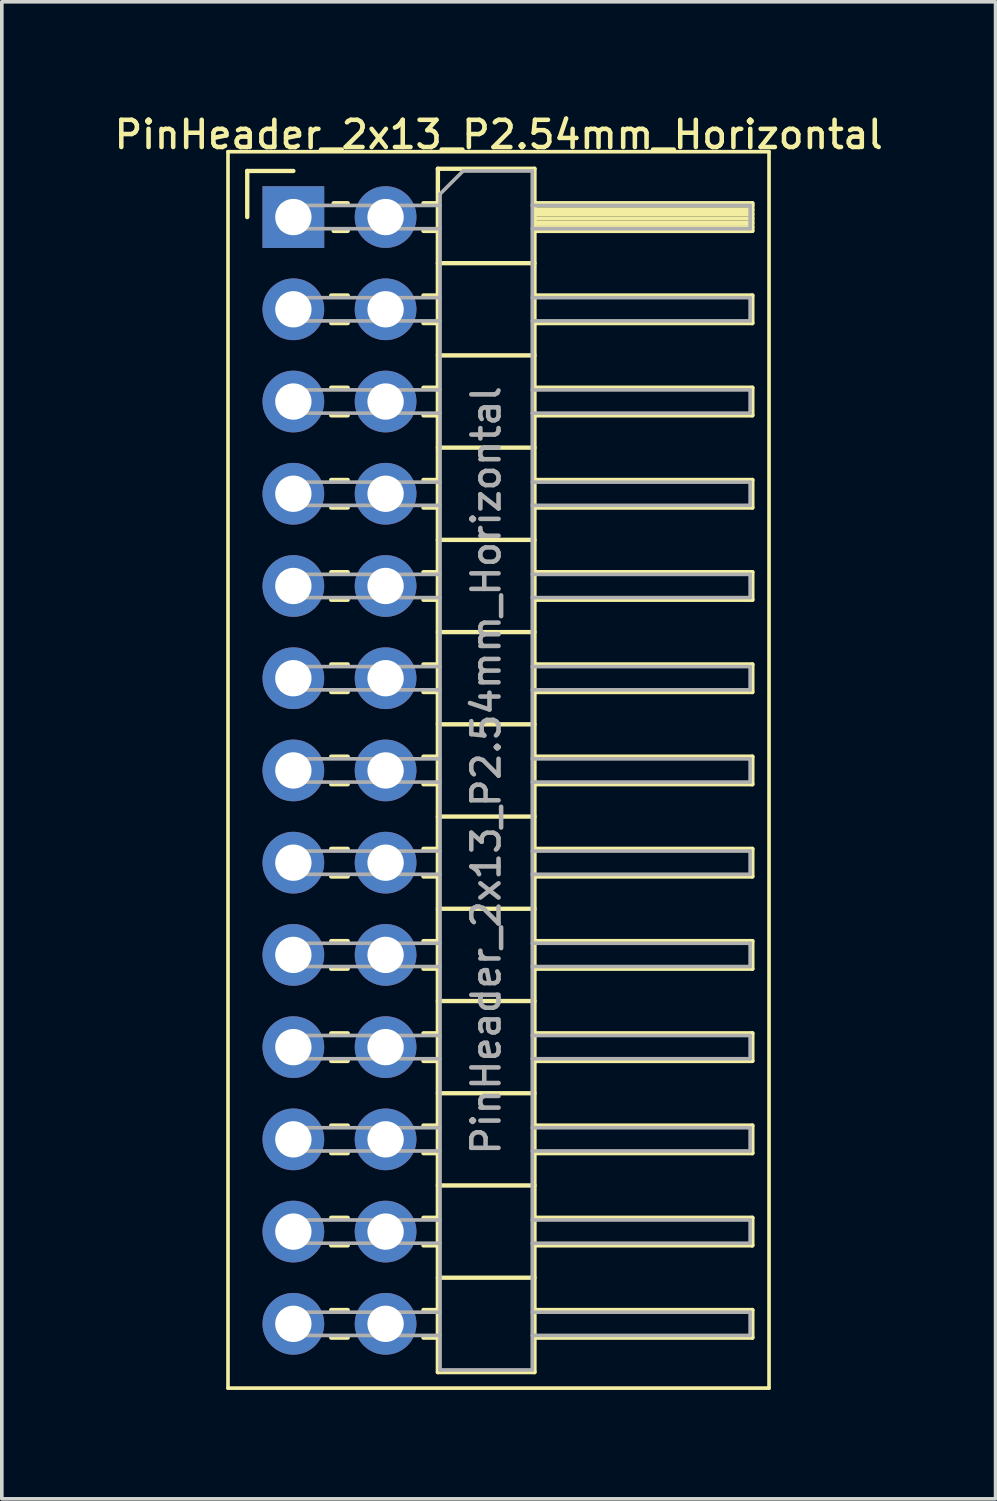
<source format=kicad_pcb>
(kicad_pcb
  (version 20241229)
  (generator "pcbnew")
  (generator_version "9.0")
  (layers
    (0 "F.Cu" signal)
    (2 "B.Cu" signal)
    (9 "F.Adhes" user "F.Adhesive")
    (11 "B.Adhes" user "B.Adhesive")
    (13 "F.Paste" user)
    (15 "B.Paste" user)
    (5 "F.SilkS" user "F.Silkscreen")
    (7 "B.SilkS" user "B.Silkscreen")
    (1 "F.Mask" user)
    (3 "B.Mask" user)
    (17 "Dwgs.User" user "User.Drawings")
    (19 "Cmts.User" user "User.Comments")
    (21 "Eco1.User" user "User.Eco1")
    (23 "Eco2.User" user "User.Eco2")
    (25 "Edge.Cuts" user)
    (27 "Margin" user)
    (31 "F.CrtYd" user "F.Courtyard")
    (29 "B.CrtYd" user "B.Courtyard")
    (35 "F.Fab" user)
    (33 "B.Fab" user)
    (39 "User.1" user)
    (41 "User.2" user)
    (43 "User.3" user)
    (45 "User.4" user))
  (footprint "PinHeader_2x13_P2.54mm_Horizontal"
    (layer "F.Cu")
    (at 5.029 2.928)
    (property "Reference" "PinHeader_2x13_P2.54mm_Horizontal" (at 5.655 -2.27 0) (layer "F.SilkS") (effects (font (size 0.75 0.75) (thickness 0.125))))
    (attr through_hole)
    (fp_line (start -1.8 -1.8) (end -1.8 32.25) (stroke (width 0.1) (type solid)) (layer "F.SilkS"))
    (fp_line (start -1.8 32.25) (end 13.1 32.25) (stroke (width 0.1) (type solid)) (layer "F.SilkS"))
    (fp_line (start -1.27 -1.27) (end 0 -1.27) (stroke (width 0.12) (type solid)) (layer "F.SilkS"))
    (fp_line (start -1.27 0) (end -1.27 -1.27) (stroke (width 0.12) (type solid)) (layer "F.SilkS"))
    (fp_line (start 1.043 2.16) (end 1.497 2.16) (stroke (width 0.12) (type solid)) (layer "F.SilkS"))
    (fp_line (start 1.043 2.92) (end 1.497 2.92) (stroke (width 0.12) (type solid)) (layer "F.SilkS"))
    (fp_line (start 1.043 4.7) (end 1.497 4.7) (stroke (width 0.12) (type solid)) (layer "F.SilkS"))
    (fp_line (start 1.043 5.46) (end 1.497 5.46) (stroke (width 0.12) (type solid)) (layer "F.SilkS"))
    (fp_line (start 1.043 7.24) (end 1.497 7.24) (stroke (width 0.12) (type solid)) (layer "F.SilkS"))
    (fp_line (start 1.043 8) (end 1.497 8) (stroke (width 0.12) (type solid)) (layer "F.SilkS"))
    (fp_line (start 1.043 9.78) (end 1.497 9.78) (stroke (width 0.12) (type solid)) (layer "F.SilkS"))
    (fp_line (start 1.043 10.54) (end 1.497 10.54) (stroke (width 0.12) (type solid)) (layer "F.SilkS"))
    (fp_line (start 1.043 12.32) (end 1.497 12.32) (stroke (width 0.12) (type solid)) (layer "F.SilkS"))
    (fp_line (start 1.043 13.08) (end 1.497 13.08) (stroke (width 0.12) (type solid)) (layer "F.SilkS"))
    (fp_line (start 1.043 14.86) (end 1.497 14.86) (stroke (width 0.12) (type solid)) (layer "F.SilkS"))
    (fp_line (start 1.043 15.62) (end 1.497 15.62) (stroke (width 0.12) (type solid)) (layer "F.SilkS"))
    (fp_line (start 1.043 17.4) (end 1.497 17.4) (stroke (width 0.12) (type solid)) (layer "F.SilkS"))
    (fp_line (start 1.043 18.16) (end 1.497 18.16) (stroke (width 0.12) (type solid)) (layer "F.SilkS"))
    (fp_line (start 1.043 19.94) (end 1.497 19.94) (stroke (width 0.12) (type solid)) (layer "F.SilkS"))
    (fp_line (start 1.043 20.7) (end 1.497 20.7) (stroke (width 0.12) (type solid)) (layer "F.SilkS"))
    (fp_line (start 1.043 22.48) (end 1.497 22.48) (stroke (width 0.12) (type solid)) (layer "F.SilkS"))
    (fp_line (start 1.043 23.24) (end 1.497 23.24) (stroke (width 0.12) (type solid)) (layer "F.SilkS"))
    (fp_line (start 1.043 25.02) (end 1.497 25.02) (stroke (width 0.12) (type solid)) (layer "F.SilkS"))
    (fp_line (start 1.043 25.78) (end 1.497 25.78) (stroke (width 0.12) (type solid)) (layer "F.SilkS"))
    (fp_line (start 1.043 27.56) (end 1.497 27.56) (stroke (width 0.12) (type solid)) (layer "F.SilkS"))
    (fp_line (start 1.043 28.32) (end 1.497 28.32) (stroke (width 0.12) (type solid)) (layer "F.SilkS"))
    (fp_line (start 1.043 30.1) (end 1.497 30.1) (stroke (width 0.12) (type solid)) (layer "F.SilkS"))
    (fp_line (start 1.043 30.86) (end 1.497 30.86) (stroke (width 0.12) (type solid)) (layer "F.SilkS"))
    (fp_line (start 1.11 -0.38) (end 1.497 -0.38) (stroke (width 0.12) (type solid)) (layer "F.SilkS"))
    (fp_line (start 1.11 0.38) (end 1.497 0.38) (stroke (width 0.12) (type solid)) (layer "F.SilkS"))
    (fp_line (start 3.583 -0.38) (end 3.98 -0.38) (stroke (width 0.12) (type solid)) (layer "F.SilkS"))
    (fp_line (start 3.583 0.38) (end 3.98 0.38) (stroke (width 0.12) (type solid)) (layer "F.SilkS"))
    (fp_line (start 3.583 2.16) (end 3.98 2.16) (stroke (width 0.12) (type solid)) (layer "F.SilkS"))
    (fp_line (start 3.583 2.92) (end 3.98 2.92) (stroke (width 0.12) (type solid)) (layer "F.SilkS"))
    (fp_line (start 3.583 4.7) (end 3.98 4.7) (stroke (width 0.12) (type solid)) (layer "F.SilkS"))
    (fp_line (start 3.583 5.46) (end 3.98 5.46) (stroke (width 0.12) (type solid)) (layer "F.SilkS"))
    (fp_line (start 3.583 7.24) (end 3.98 7.24) (stroke (width 0.12) (type solid)) (layer "F.SilkS"))
    (fp_line (start 3.583 8) (end 3.98 8) (stroke (width 0.12) (type solid)) (layer "F.SilkS"))
    (fp_line (start 3.583 9.78) (end 3.98 9.78) (stroke (width 0.12) (type solid)) (layer "F.SilkS"))
    (fp_line (start 3.583 10.54) (end 3.98 10.54) (stroke (width 0.12) (type solid)) (layer "F.SilkS"))
    (fp_line (start 3.583 12.32) (end 3.98 12.32) (stroke (width 0.12) (type solid)) (layer "F.SilkS"))
    (fp_line (start 3.583 13.08) (end 3.98 13.08) (stroke (width 0.12) (type solid)) (layer "F.SilkS"))
    (fp_line (start 3.583 14.86) (end 3.98 14.86) (stroke (width 0.12) (type solid)) (layer "F.SilkS"))
    (fp_line (start 3.583 15.62) (end 3.98 15.62) (stroke (width 0.12) (type solid)) (layer "F.SilkS"))
    (fp_line (start 3.583 17.4) (end 3.98 17.4) (stroke (width 0.12) (type solid)) (layer "F.SilkS"))
    (fp_line (start 3.583 18.16) (end 3.98 18.16) (stroke (width 0.12) (type solid)) (layer "F.SilkS"))
    (fp_line (start 3.583 19.94) (end 3.98 19.94) (stroke (width 0.12) (type solid)) (layer "F.SilkS"))
    (fp_line (start 3.583 20.7) (end 3.98 20.7) (stroke (width 0.12) (type solid)) (layer "F.SilkS"))
    (fp_line (start 3.583 22.48) (end 3.98 22.48) (stroke (width 0.12) (type solid)) (layer "F.SilkS"))
    (fp_line (start 3.583 23.24) (end 3.98 23.24) (stroke (width 0.12) (type solid)) (layer "F.SilkS"))
    (fp_line (start 3.583 25.02) (end 3.98 25.02) (stroke (width 0.12) (type solid)) (layer "F.SilkS"))
    (fp_line (start 3.583 25.78) (end 3.98 25.78) (stroke (width 0.12) (type solid)) (layer "F.SilkS"))
    (fp_line (start 3.583 27.56) (end 3.98 27.56) (stroke (width 0.12) (type solid)) (layer "F.SilkS"))
    (fp_line (start 3.583 28.32) (end 3.98 28.32) (stroke (width 0.12) (type solid)) (layer "F.SilkS"))
    (fp_line (start 3.583 30.1) (end 3.98 30.1) (stroke (width 0.12) (type solid)) (layer "F.SilkS"))
    (fp_line (start 3.583 30.86) (end 3.98 30.86) (stroke (width 0.12) (type solid)) (layer "F.SilkS"))
    (fp_line (start 3.98 -1.33) (end 3.98 31.81) (stroke (width 0.12) (type solid)) (layer "F.SilkS"))
    (fp_line (start 3.98 1.27) (end 6.64 1.27) (stroke (width 0.12) (type solid)) (layer "F.SilkS"))
    (fp_line (start 3.98 3.81) (end 6.64 3.81) (stroke (width 0.12) (type solid)) (layer "F.SilkS"))
    (fp_line (start 3.98 6.35) (end 6.64 6.35) (stroke (width 0.12) (type solid)) (layer "F.SilkS"))
    (fp_line (start 3.98 8.89) (end 6.64 8.89) (stroke (width 0.12) (type solid)) (layer "F.SilkS"))
    (fp_line (start 3.98 11.43) (end 6.64 11.43) (stroke (width 0.12) (type solid)) (layer "F.SilkS"))
    (fp_line (start 3.98 13.97) (end 6.64 13.97) (stroke (width 0.12) (type solid)) (layer "F.SilkS"))
    (fp_line (start 3.98 16.51) (end 6.64 16.51) (stroke (width 0.12) (type solid)) (layer "F.SilkS"))
    (fp_line (start 3.98 19.05) (end 6.64 19.05) (stroke (width 0.12) (type solid)) (layer "F.SilkS"))
    (fp_line (start 3.98 21.59) (end 6.64 21.59) (stroke (width 0.12) (type solid)) (layer "F.SilkS"))
    (fp_line (start 3.98 24.13) (end 6.64 24.13) (stroke (width 0.12) (type solid)) (layer "F.SilkS"))
    (fp_line (start 3.98 26.67) (end 6.64 26.67) (stroke (width 0.12) (type solid)) (layer "F.SilkS"))
    (fp_line (start 3.98 29.21) (end 6.64 29.21) (stroke (width 0.12) (type solid)) (layer "F.SilkS"))
    (fp_line (start 3.98 31.81) (end 6.64 31.81) (stroke (width 0.12) (type solid)) (layer "F.SilkS"))
    (fp_line (start 6.64 -1.33) (end 3.98 -1.33) (stroke (width 0.12) (type solid)) (layer "F.SilkS"))
    (fp_line (start 6.64 -0.38) (end 12.64 -0.38) (stroke (width 0.12) (type solid)) (layer "F.SilkS"))
    (fp_line (start 6.64 -0.32) (end 12.64 -0.32) (stroke (width 0.12) (type solid)) (layer "F.SilkS"))
    (fp_line (start 6.64 -0.2) (end 12.64 -0.2) (stroke (width 0.12) (type solid)) (layer "F.SilkS"))
    (fp_line (start 6.64 -0.08) (end 12.64 -0.08) (stroke (width 0.12) (type solid)) (layer "F.SilkS"))
    (fp_line (start 6.64 0.04) (end 12.64 0.04) (stroke (width 0.12) (type solid)) (layer "F.SilkS"))
    (fp_line (start 6.64 0.16) (end 12.64 0.16) (stroke (width 0.12) (type solid)) (layer "F.SilkS"))
    (fp_line (start 6.64 0.28) (end 12.64 0.28) (stroke (width 0.12) (type solid)) (layer "F.SilkS"))
    (fp_line (start 6.64 2.16) (end 12.64 2.16) (stroke (width 0.12) (type solid)) (layer "F.SilkS"))
    (fp_line (start 6.64 4.7) (end 12.64 4.7) (stroke (width 0.12) (type solid)) (layer "F.SilkS"))
    (fp_line (start 6.64 7.24) (end 12.64 7.24) (stroke (width 0.12) (type solid)) (layer "F.SilkS"))
    (fp_line (start 6.64 9.78) (end 12.64 9.78) (stroke (width 0.12) (type solid)) (layer "F.SilkS"))
    (fp_line (start 6.64 12.32) (end 12.64 12.32) (stroke (width 0.12) (type solid)) (layer "F.SilkS"))
    (fp_line (start 6.64 14.86) (end 12.64 14.86) (stroke (width 0.12) (type solid)) (layer "F.SilkS"))
    (fp_line (start 6.64 17.4) (end 12.64 17.4) (stroke (width 0.12) (type solid)) (layer "F.SilkS"))
    (fp_line (start 6.64 19.94) (end 12.64 19.94) (stroke (width 0.12) (type solid)) (layer "F.SilkS"))
    (fp_line (start 6.64 22.48) (end 12.64 22.48) (stroke (width 0.12) (type solid)) (layer "F.SilkS"))
    (fp_line (start 6.64 25.02) (end 12.64 25.02) (stroke (width 0.12) (type solid)) (layer "F.SilkS"))
    (fp_line (start 6.64 27.56) (end 12.64 27.56) (stroke (width 0.12) (type solid)) (layer "F.SilkS"))
    (fp_line (start 6.64 30.1) (end 12.64 30.1) (stroke (width 0.12) (type solid)) (layer "F.SilkS"))
    (fp_line (start 6.64 31.81) (end 6.64 -1.33) (stroke (width 0.12) (type solid)) (layer "F.SilkS"))
    (fp_line (start 12.64 -0.38) (end 12.64 0.38) (stroke (width 0.12) (type solid)) (layer "F.SilkS"))
    (fp_line (start 12.64 0.38) (end 6.64 0.38) (stroke (width 0.12) (type solid)) (layer "F.SilkS"))
    (fp_line (start 12.64 2.16) (end 12.64 2.92) (stroke (width 0.12) (type solid)) (layer "F.SilkS"))
    (fp_line (start 12.64 2.92) (end 6.64 2.92) (stroke (width 0.12) (type solid)) (layer "F.SilkS"))
    (fp_line (start 12.64 4.7) (end 12.64 5.46) (stroke (width 0.12) (type solid)) (layer "F.SilkS"))
    (fp_line (start 12.64 5.46) (end 6.64 5.46) (stroke (width 0.12) (type solid)) (layer "F.SilkS"))
    (fp_line (start 12.64 7.24) (end 12.64 8) (stroke (width 0.12) (type solid)) (layer "F.SilkS"))
    (fp_line (start 12.64 8) (end 6.64 8) (stroke (width 0.12) (type solid)) (layer "F.SilkS"))
    (fp_line (start 12.64 9.78) (end 12.64 10.54) (stroke (width 0.12) (type solid)) (layer "F.SilkS"))
    (fp_line (start 12.64 10.54) (end 6.64 10.54) (stroke (width 0.12) (type solid)) (layer "F.SilkS"))
    (fp_line (start 12.64 12.32) (end 12.64 13.08) (stroke (width 0.12) (type solid)) (layer "F.SilkS"))
    (fp_line (start 12.64 13.08) (end 6.64 13.08) (stroke (width 0.12) (type solid)) (layer "F.SilkS"))
    (fp_line (start 12.64 14.86) (end 12.64 15.62) (stroke (width 0.12) (type solid)) (layer "F.SilkS"))
    (fp_line (start 12.64 15.62) (end 6.64 15.62) (stroke (width 0.12) (type solid)) (layer "F.SilkS"))
    (fp_line (start 12.64 17.4) (end 12.64 18.16) (stroke (width 0.12) (type solid)) (layer "F.SilkS"))
    (fp_line (start 12.64 18.16) (end 6.64 18.16) (stroke (width 0.12) (type solid)) (layer "F.SilkS"))
    (fp_line (start 12.64 19.94) (end 12.64 20.7) (stroke (width 0.12) (type solid)) (layer "F.SilkS"))
    (fp_line (start 12.64 20.7) (end 6.64 20.7) (stroke (width 0.12) (type solid)) (layer "F.SilkS"))
    (fp_line (start 12.64 22.48) (end 12.64 23.24) (stroke (width 0.12) (type solid)) (layer "F.SilkS"))
    (fp_line (start 12.64 23.24) (end 6.64 23.24) (stroke (width 0.12) (type solid)) (layer "F.SilkS"))
    (fp_line (start 12.64 25.02) (end 12.64 25.78) (stroke (width 0.12) (type solid)) (layer "F.SilkS"))
    (fp_line (start 12.64 25.78) (end 6.64 25.78) (stroke (width 0.12) (type solid)) (layer "F.SilkS"))
    (fp_line (start 12.64 27.56) (end 12.64 28.32) (stroke (width 0.12) (type solid)) (layer "F.SilkS"))
    (fp_line (start 12.64 28.32) (end 6.64 28.32) (stroke (width 0.12) (type solid)) (layer "F.SilkS"))
    (fp_line (start 12.64 30.1) (end 12.64 30.86) (stroke (width 0.12) (type solid)) (layer "F.SilkS"))
    (fp_line (start 12.64 30.86) (end 6.64 30.86) (stroke (width 0.12) (type solid)) (layer "F.SilkS"))
    (fp_line (start 13.1 -1.8) (end -1.8 -1.8) (stroke (width 0.1) (type solid)) (layer "F.SilkS"))
    (fp_line (start 13.1 32.25) (end 13.1 -1.8) (stroke (width 0.1) (type solid)) (layer "F.SilkS"))
    (fp_line (start -0.32 -0.32) (end -0.32 0.32) (stroke (width 0.1) (type solid)) (layer "F.Fab"))
    (fp_line (start -0.32 -0.32) (end 4.04 -0.32) (stroke (width 0.1) (type solid)) (layer "F.Fab"))
    (fp_line (start -0.32 0.32) (end 4.04 0.32) (stroke (width 0.1) (type solid)) (layer "F.Fab"))
    (fp_line (start -0.32 2.22) (end -0.32 2.86) (stroke (width 0.1) (type solid)) (layer "F.Fab"))
    (fp_line (start -0.32 2.22) (end 4.04 2.22) (stroke (width 0.1) (type solid)) (layer "F.Fab"))
    (fp_line (start -0.32 2.86) (end 4.04 2.86) (stroke (width 0.1) (type solid)) (layer "F.Fab"))
    (fp_line (start -0.32 4.76) (end -0.32 5.4) (stroke (width 0.1) (type solid)) (layer "F.Fab"))
    (fp_line (start -0.32 4.76) (end 4.04 4.76) (stroke (width 0.1) (type solid)) (layer "F.Fab"))
    (fp_line (start -0.32 5.4) (end 4.04 5.4) (stroke (width 0.1) (type solid)) (layer "F.Fab"))
    (fp_line (start -0.32 7.3) (end -0.32 7.94) (stroke (width 0.1) (type solid)) (layer "F.Fab"))
    (fp_line (start -0.32 7.3) (end 4.04 7.3) (stroke (width 0.1) (type solid)) (layer "F.Fab"))
    (fp_line (start -0.32 7.94) (end 4.04 7.94) (stroke (width 0.1) (type solid)) (layer "F.Fab"))
    (fp_line (start -0.32 9.84) (end -0.32 10.48) (stroke (width 0.1) (type solid)) (layer "F.Fab"))
    (fp_line (start -0.32 9.84) (end 4.04 9.84) (stroke (width 0.1) (type solid)) (layer "F.Fab"))
    (fp_line (start -0.32 10.48) (end 4.04 10.48) (stroke (width 0.1) (type solid)) (layer "F.Fab"))
    (fp_line (start -0.32 12.38) (end -0.32 13.02) (stroke (width 0.1) (type solid)) (layer "F.Fab"))
    (fp_line (start -0.32 12.38) (end 4.04 12.38) (stroke (width 0.1) (type solid)) (layer "F.Fab"))
    (fp_line (start -0.32 13.02) (end 4.04 13.02) (stroke (width 0.1) (type solid)) (layer "F.Fab"))
    (fp_line (start -0.32 14.92) (end -0.32 15.56) (stroke (width 0.1) (type solid)) (layer "F.Fab"))
    (fp_line (start -0.32 14.92) (end 4.04 14.92) (stroke (width 0.1) (type solid)) (layer "F.Fab"))
    (fp_line (start -0.32 15.56) (end 4.04 15.56) (stroke (width 0.1) (type solid)) (layer "F.Fab"))
    (fp_line (start -0.32 17.46) (end -0.32 18.1) (stroke (width 0.1) (type solid)) (layer "F.Fab"))
    (fp_line (start -0.32 17.46) (end 4.04 17.46) (stroke (width 0.1) (type solid)) (layer "F.Fab"))
    (fp_line (start -0.32 18.1) (end 4.04 18.1) (stroke (width 0.1) (type solid)) (layer "F.Fab"))
    (fp_line (start -0.32 20) (end -0.32 20.64) (stroke (width 0.1) (type solid)) (layer "F.Fab"))
    (fp_line (start -0.32 20) (end 4.04 20) (stroke (width 0.1) (type solid)) (layer "F.Fab"))
    (fp_line (start -0.32 20.64) (end 4.04 20.64) (stroke (width 0.1) (type solid)) (layer "F.Fab"))
    (fp_line (start -0.32 22.54) (end -0.32 23.18) (stroke (width 0.1) (type solid)) (layer "F.Fab"))
    (fp_line (start -0.32 22.54) (end 4.04 22.54) (stroke (width 0.1) (type solid)) (layer "F.Fab"))
    (fp_line (start -0.32 23.18) (end 4.04 23.18) (stroke (width 0.1) (type solid)) (layer "F.Fab"))
    (fp_line (start -0.32 25.08) (end -0.32 25.72) (stroke (width 0.1) (type solid)) (layer "F.Fab"))
    (fp_line (start -0.32 25.08) (end 4.04 25.08) (stroke (width 0.1) (type solid)) (layer "F.Fab"))
    (fp_line (start -0.32 25.72) (end 4.04 25.72) (stroke (width 0.1) (type solid)) (layer "F.Fab"))
    (fp_line (start -0.32 27.62) (end -0.32 28.26) (stroke (width 0.1) (type solid)) (layer "F.Fab"))
    (fp_line (start -0.32 27.62) (end 4.04 27.62) (stroke (width 0.1) (type solid)) (layer "F.Fab"))
    (fp_line (start -0.32 28.26) (end 4.04 28.26) (stroke (width 0.1) (type solid)) (layer "F.Fab"))
    (fp_line (start -0.32 30.16) (end -0.32 30.8) (stroke (width 0.1) (type solid)) (layer "F.Fab"))
    (fp_line (start -0.32 30.16) (end 4.04 30.16) (stroke (width 0.1) (type solid)) (layer "F.Fab"))
    (fp_line (start -0.32 30.8) (end 4.04 30.8) (stroke (width 0.1) (type solid)) (layer "F.Fab"))
    (fp_line (start 4.04 -0.635) (end 4.675 -1.27) (stroke (width 0.1) (type solid)) (layer "F.Fab"))
    (fp_line (start 4.04 31.75) (end 4.04 -0.635) (stroke (width 0.1) (type solid)) (layer "F.Fab"))
    (fp_line (start 4.675 -1.27) (end 6.58 -1.27) (stroke (width 0.1) (type solid)) (layer "F.Fab"))
    (fp_line (start 6.58 -1.27) (end 6.58 31.75) (stroke (width 0.1) (type solid)) (layer "F.Fab"))
    (fp_line (start 6.58 -0.32) (end 12.58 -0.32) (stroke (width 0.1) (type solid)) (layer "F.Fab"))
    (fp_line (start 6.58 0.32) (end 12.58 0.32) (stroke (width 0.1) (type solid)) (layer "F.Fab"))
    (fp_line (start 6.58 2.22) (end 12.58 2.22) (stroke (width 0.1) (type solid)) (layer "F.Fab"))
    (fp_line (start 6.58 2.86) (end 12.58 2.86) (stroke (width 0.1) (type solid)) (layer "F.Fab"))
    (fp_line (start 6.58 4.76) (end 12.58 4.76) (stroke (width 0.1) (type solid)) (layer "F.Fab"))
    (fp_line (start 6.58 5.4) (end 12.58 5.4) (stroke (width 0.1) (type solid)) (layer "F.Fab"))
    (fp_line (start 6.58 7.3) (end 12.58 7.3) (stroke (width 0.1) (type solid)) (layer "F.Fab"))
    (fp_line (start 6.58 7.94) (end 12.58 7.94) (stroke (width 0.1) (type solid)) (layer "F.Fab"))
    (fp_line (start 6.58 9.84) (end 12.58 9.84) (stroke (width 0.1) (type solid)) (layer "F.Fab"))
    (fp_line (start 6.58 10.48) (end 12.58 10.48) (stroke (width 0.1) (type solid)) (layer "F.Fab"))
    (fp_line (start 6.58 12.38) (end 12.58 12.38) (stroke (width 0.1) (type solid)) (layer "F.Fab"))
    (fp_line (start 6.58 13.02) (end 12.58 13.02) (stroke (width 0.1) (type solid)) (layer "F.Fab"))
    (fp_line (start 6.58 14.92) (end 12.58 14.92) (stroke (width 0.1) (type solid)) (layer "F.Fab"))
    (fp_line (start 6.58 15.56) (end 12.58 15.56) (stroke (width 0.1) (type solid)) (layer "F.Fab"))
    (fp_line (start 6.58 17.46) (end 12.58 17.46) (stroke (width 0.1) (type solid)) (layer "F.Fab"))
    (fp_line (start 6.58 18.1) (end 12.58 18.1) (stroke (width 0.1) (type solid)) (layer "F.Fab"))
    (fp_line (start 6.58 20) (end 12.58 20) (stroke (width 0.1) (type solid)) (layer "F.Fab"))
    (fp_line (start 6.58 20.64) (end 12.58 20.64) (stroke (width 0.1) (type solid)) (layer "F.Fab"))
    (fp_line (start 6.58 22.54) (end 12.58 22.54) (stroke (width 0.1) (type solid)) (layer "F.Fab"))
    (fp_line (start 6.58 23.18) (end 12.58 23.18) (stroke (width 0.1) (type solid)) (layer "F.Fab"))
    (fp_line (start 6.58 25.08) (end 12.58 25.08) (stroke (width 0.1) (type solid)) (layer "F.Fab"))
    (fp_line (start 6.58 25.72) (end 12.58 25.72) (stroke (width 0.1) (type solid)) (layer "F.Fab"))
    (fp_line (start 6.58 27.62) (end 12.58 27.62) (stroke (width 0.1) (type solid)) (layer "F.Fab"))
    (fp_line (start 6.58 28.26) (end 12.58 28.26) (stroke (width 0.1) (type solid)) (layer "F.Fab"))
    (fp_line (start 6.58 30.16) (end 12.58 30.16) (stroke (width 0.1) (type solid)) (layer "F.Fab"))
    (fp_line (start 6.58 30.8) (end 12.58 30.8) (stroke (width 0.1) (type solid)) (layer "F.Fab"))
    (fp_line (start 6.58 31.75) (end 4.04 31.75) (stroke (width 0.1) (type solid)) (layer "F.Fab"))
    (fp_line (start 12.58 -0.32) (end 12.58 0.32) (stroke (width 0.1) (type solid)) (layer "F.Fab"))
    (fp_line (start 12.58 2.22) (end 12.58 2.86) (stroke (width 0.1) (type solid)) (layer "F.Fab"))
    (fp_line (start 12.58 4.76) (end 12.58 5.4) (stroke (width 0.1) (type solid)) (layer "F.Fab"))
    (fp_line (start 12.58 7.3) (end 12.58 7.94) (stroke (width 0.1) (type solid)) (layer "F.Fab"))
    (fp_line (start 12.58 9.84) (end 12.58 10.48) (stroke (width 0.1) (type solid)) (layer "F.Fab"))
    (fp_line (start 12.58 12.38) (end 12.58 13.02) (stroke (width 0.1) (type solid)) (layer "F.Fab"))
    (fp_line (start 12.58 14.92) (end 12.58 15.56) (stroke (width 0.1) (type solid)) (layer "F.Fab"))
    (fp_line (start 12.58 17.46) (end 12.58 18.1) (stroke (width 0.1) (type solid)) (layer "F.Fab"))
    (fp_line (start 12.58 20) (end 12.58 20.64) (stroke (width 0.1) (type solid)) (layer "F.Fab"))
    (fp_line (start 12.58 22.54) (end 12.58 23.18) (stroke (width 0.1) (type solid)) (layer "F.Fab"))
    (fp_line (start 12.58 25.08) (end 12.58 25.72) (stroke (width 0.1) (type solid)) (layer "F.Fab"))
    (fp_line (start 12.58 27.62) (end 12.58 28.26) (stroke (width 0.1) (type solid)) (layer "F.Fab"))
    (fp_line (start 12.58 30.16) (end 12.58 30.8) (stroke (width 0.1) (type solid)) (layer "F.Fab"))
    (fp_text user "${REFERENCE}" (at 5.31 15.24 90) (layer "F.Fab") (effects (font (size 0.75 0.75) (thickness 0.125))))
    (pad "1" thru_hole rect (at 0 0) (size 1.7 1.7) (drill 1) (layers "*.Cu" "*.Mask"))
    (pad "2" thru_hole oval (at 2.54 0) (size 1.7 1.7) (drill 1) (layers "*.Cu" "*.Mask"))
    (pad "3" thru_hole oval (at 0 2.54) (size 1.7 1.7) (drill 1) (layers "*.Cu" "*.Mask"))
    (pad "4" thru_hole oval (at 2.54 2.54) (size 1.7 1.7) (drill 1) (layers "*.Cu" "*.Mask"))
    (pad "5" thru_hole oval (at 0 5.08) (size 1.7 1.7) (drill 1) (layers "*.Cu" "*.Mask"))
    (pad "6" thru_hole oval (at 2.54 5.08) (size 1.7 1.7) (drill 1) (layers "*.Cu" "*.Mask"))
    (pad "7" thru_hole oval (at 0 7.62) (size 1.7 1.7) (drill 1) (layers "*.Cu" "*.Mask"))
    (pad "8" thru_hole oval (at 2.54 7.62) (size 1.7 1.7) (drill 1) (layers "*.Cu" "*.Mask"))
    (pad "9" thru_hole oval (at 0 10.16) (size 1.7 1.7) (drill 1) (layers "*.Cu" "*.Mask"))
    (pad "10" thru_hole oval (at 2.54 10.16) (size 1.7 1.7) (drill 1) (layers "*.Cu" "*.Mask"))
    (pad "11" thru_hole oval (at 0 12.7) (size 1.7 1.7) (drill 1) (layers "*.Cu" "*.Mask"))
    (pad "12" thru_hole oval (at 2.54 12.7) (size 1.7 1.7) (drill 1) (layers "*.Cu" "*.Mask"))
    (pad "13" thru_hole oval (at 0 15.24) (size 1.7 1.7) (drill 1) (layers "*.Cu" "*.Mask"))
    (pad "14" thru_hole oval (at 2.54 15.24) (size 1.7 1.7) (drill 1) (layers "*.Cu" "*.Mask"))
    (pad "15" thru_hole oval (at 0 17.78) (size 1.7 1.7) (drill 1) (layers "*.Cu" "*.Mask"))
    (pad "16" thru_hole oval (at 2.54 17.78) (size 1.7 1.7) (drill 1) (layers "*.Cu" "*.Mask"))
    (pad "17" thru_hole oval (at 0 20.32) (size 1.7 1.7) (drill 1) (layers "*.Cu" "*.Mask"))
    (pad "18" thru_hole oval (at 2.54 20.32) (size 1.7 1.7) (drill 1) (layers "*.Cu" "*.Mask"))
    (pad "19" thru_hole oval (at 0 22.86) (size 1.7 1.7) (drill 1) (layers "*.Cu" "*.Mask"))
    (pad "20" thru_hole oval (at 2.54 22.86) (size 1.7 1.7) (drill 1) (layers "*.Cu" "*.Mask"))
    (pad "21" thru_hole oval (at 0 25.4) (size 1.7 1.7) (drill 1) (layers "*.Cu" "*.Mask"))
    (pad "22" thru_hole oval (at 2.54 25.4) (size 1.7 1.7) (drill 1) (layers "*.Cu" "*.Mask"))
    (pad "23" thru_hole oval (at 0 27.94) (size 1.7 1.7) (drill 1) (layers "*.Cu" "*.Mask"))
    (pad "24" thru_hole oval (at 2.54 27.94) (size 1.7 1.7) (drill 1) (layers "*.Cu" "*.Mask"))
    (pad "25" thru_hole oval (at 0 30.48) (size 1.7 1.7) (drill 1) (layers "*.Cu" "*.Mask"))
    (pad "26" thru_hole oval (at 2.54 30.48) (size 1.7 1.7) (drill 1) (layers "*.Cu" "*.Mask")))
  (gr_rect
    (start -3 -3)
    (end 24.368 38.228)
    (stroke (width 0.1) (type default))
    (fill no)
    (layer "Edge.Cuts")))
</source>
